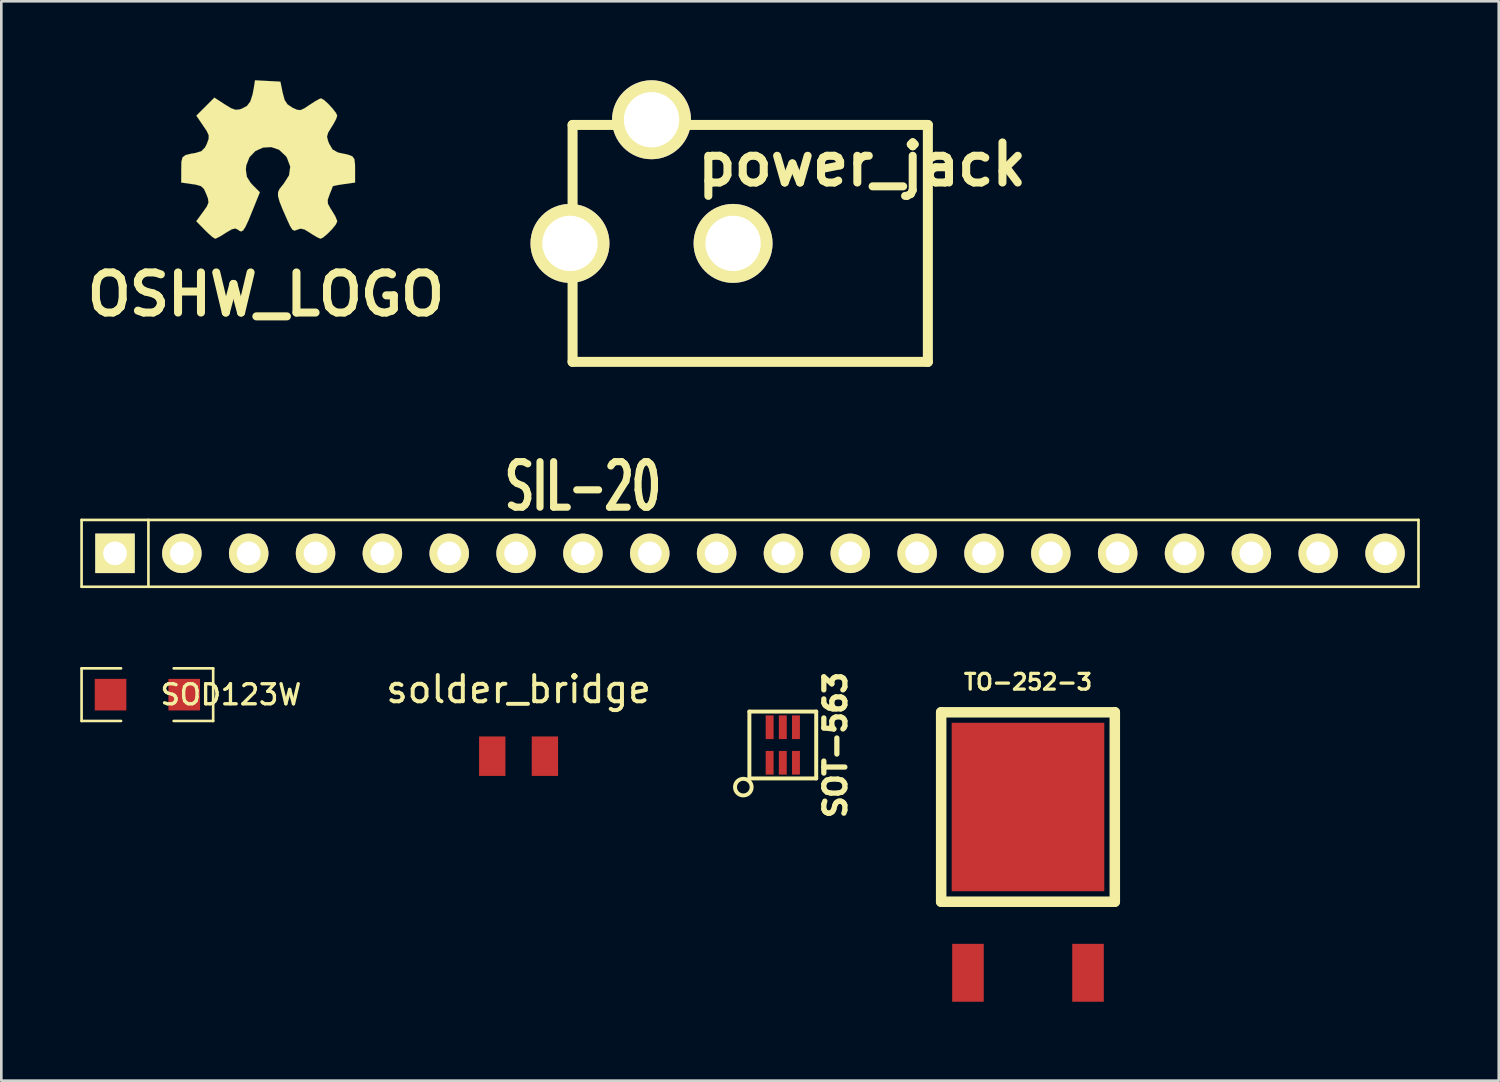
<source format=kicad_pcb>
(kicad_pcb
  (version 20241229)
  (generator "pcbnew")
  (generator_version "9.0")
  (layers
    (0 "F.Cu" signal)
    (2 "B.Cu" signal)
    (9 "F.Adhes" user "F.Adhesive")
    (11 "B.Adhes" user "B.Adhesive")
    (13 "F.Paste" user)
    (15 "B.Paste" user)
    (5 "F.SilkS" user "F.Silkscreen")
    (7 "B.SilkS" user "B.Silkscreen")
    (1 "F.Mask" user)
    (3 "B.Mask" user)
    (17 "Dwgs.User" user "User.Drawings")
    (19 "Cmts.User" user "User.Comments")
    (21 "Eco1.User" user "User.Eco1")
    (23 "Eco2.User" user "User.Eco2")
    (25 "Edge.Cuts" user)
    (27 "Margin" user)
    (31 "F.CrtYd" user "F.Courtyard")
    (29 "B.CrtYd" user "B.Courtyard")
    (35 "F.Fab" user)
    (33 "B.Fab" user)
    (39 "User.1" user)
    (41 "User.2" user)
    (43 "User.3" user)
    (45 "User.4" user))
  (footprint "OSHW_LOGO"
    (layer "F.Cu")
    (at 7.054 2.973)
    (property "Reference" "OSHW_LOGO" (at 0 5.164 0) (layer "F.SilkS") (effects (font (size 1.524 1.524) (thickness 0.305))))
    (attr through_hole)
    (fp_poly (pts (xy 3.388 0.914) (xy 2.964 0.973) (xy 2.723 1.011) (xy 2.57 1.044) (xy 2.54 1.057) (xy 2.512 1.14) (xy 2.438 1.323) (xy 2.418 1.374) (xy 2.349 1.57) (xy 2.355 1.714) (xy 2.449 1.89) (xy 2.502 1.971) (xy 2.631 2.184) (xy 2.703 2.355) (xy 2.71 2.393) (xy 2.652 2.515) (xy 2.51 2.69) (xy 2.332 2.87) (xy 2.169 3.005) (xy 2.075 3.048) (xy 1.966 3.002) (xy 1.775 2.891) (xy 1.684 2.83) (xy 1.466 2.697) (xy 1.316 2.664) (xy 1.194 2.705) (xy 1.087 2.743) (xy 1.006 2.705) (xy 0.917 2.563) (xy 0.815 2.342) (xy 0.632 1.925) (xy 0.516 1.633) (xy 0.46 1.427) (xy 0.462 1.28) (xy 0.518 1.156) (xy 0.625 1.021) (xy 0.663 0.978) (xy 0.879 0.64) (xy 0.925 0.307) (xy 0.8 -0.028) (xy 0.757 -0.091) (xy 0.5 -0.333) (xy 0.198 -0.434) (xy -0.114 -0.414) (xy -0.399 -0.284) (xy -0.622 -0.053) (xy -0.747 0.262) (xy -0.762 0.427) (xy -0.724 0.693) (xy -0.582 0.922) (xy -0.495 1.016) (xy -0.229 1.283) (xy -0.508 1.974) (xy -0.665 2.357) (xy -0.78 2.603) (xy -0.866 2.733) (xy -0.94 2.774) (xy -1.019 2.741) (xy -1.054 2.71) (xy -1.161 2.659) (xy -1.295 2.69) (xy -1.509 2.814) (xy -1.521 2.824) (xy -1.735 2.957) (xy -1.89 3.035) (xy -1.928 3.048) (xy -2.022 2.992) (xy -2.187 2.847) (xy -2.322 2.715) (xy -2.647 2.383) (xy -2.39 2.032) (xy -2.243 1.821) (xy -2.182 1.674) (xy -2.2 1.527) (xy -2.263 1.356) (xy -2.355 1.156) (xy -2.469 1.049) (xy -2.664 0.993) (xy -2.804 0.973) (xy -3.218 0.914) (xy -3.216 0.411) (xy -3.211 0.122) (xy -3.167 -0.046) (xy -3.051 -0.132) (xy -2.819 -0.188) (xy -2.687 -0.208) (xy -2.454 -0.277) (xy -2.314 -0.419) (xy -2.243 -0.561) (xy -2.177 -0.744) (xy -2.174 -0.881) (xy -2.243 -1.036) (xy -2.383 -1.245) (xy -2.644 -1.628) (xy -2.301 -1.971) (xy -1.958 -2.314) (xy -1.562 -2.057) (xy -1.321 -1.91) (xy -1.156 -1.852) (xy -1.006 -1.864) (xy -0.912 -1.895) (xy -0.719 -1.999) (xy -0.592 -2.167) (xy -0.505 -2.441) (xy -0.465 -2.649) (xy -0.414 -2.972) (xy 0.069 -2.946) (xy 0.551 -2.921) (xy 0.638 -2.497) (xy 0.711 -2.225) (xy 0.818 -2.06) (xy 0.993 -1.941) (xy 1.011 -1.93) (xy 1.184 -1.852) (xy 1.313 -1.839) (xy 1.46 -1.905) (xy 1.659 -2.037) (xy 1.877 -2.179) (xy 2.042 -2.268) (xy 2.095 -2.286) (xy 2.205 -2.225) (xy 2.367 -2.08) (xy 2.537 -1.895) (xy 2.667 -1.725) (xy 2.71 -1.626) (xy 2.667 -1.496) (xy 2.555 -1.29) (xy 2.494 -1.194) (xy 2.365 -0.983) (xy 2.322 -0.833) (xy 2.36 -0.673) (xy 2.4 -0.569) (xy 2.532 -0.345) (xy 2.725 -0.234) (xy 2.807 -0.213) (xy 3.109 -0.15) (xy 3.284 -0.084) (xy 3.363 0.025) (xy 3.386 0.216) (xy 3.388 0.422) (xy 3.388 0.914)) (stroke (width 0.003) (type solid)) (fill yes) (layer "F.SilkS")))
  (footprint "solder_bridge"
    (layer "F.Cu")
    (at 16.655 25.684)
    (property "Reference" "solder_bridge" (at 0 -2.54 0) (layer "F.SilkS") (effects (font (size 1 1) (thickness 0.15))))
    (attr through_hole)
    (pad "1" smd rect (at -1 0) (size 1 1.5) (layers "F.Cu" "F.Mask" "F.Paste"))
    (pad "2" smd rect (at 1 0) (size 1 1.5) (layers "F.Cu" "F.Mask" "F.Paste")))
  (footprint "power_jack"
    (layer "F.Cu")
    (at 18.707 10.697)
    (property "Reference" "power_jack" (at 11.001 -7.501 0) (layer "F.SilkS") (effects (font (size 1.524 1.524) (thickness 0.305))))
    (attr through_hole)
    (fp_line (start 0 -8.999) (end 13.5 -8.999) (stroke (width 0.381) (type solid)) (layer "F.SilkS"))
    (fp_line (start 0 0.003) (end 0 -8.999) (stroke (width 0.381) (type solid)) (layer "F.SilkS"))
    (fp_line (start 13.5 -8.999) (end 13.5 0.003) (stroke (width 0.381) (type solid)) (layer "F.SilkS"))
    (fp_line (start 13.5 0.003) (end 0 0.003) (stroke (width 0.381) (type solid)) (layer "F.SilkS"))
    (pad "1" thru_hole circle (at -0.099 -4.498) (size 3 3) (drill 2.101) (layers "*.Cu" "*.Mask" "F.SilkS"))
    (pad "2" thru_hole circle (at 3 -9.197) (size 3 3) (drill 2.101) (layers "*.Cu" "*.Mask" "F.SilkS"))
    (pad "2" thru_hole circle (at 6.099 -4.498) (size 3 3) (drill 2.101) (layers "*.Cu" "*.Mask" "F.SilkS")))
  (footprint "SOT-563"
    (layer "F.Cu")
    (at 26.695 25.259)
    (property "Reference" "SOT-563" (at 1.999 0 90) (layer "F.SilkS") (effects (font (size 0.8 0.8) (thickness 0.2))))
    (attr through_hole)
    (fp_line (start -1.27 -1.27) (end 1.27 -1.27) (stroke (width 0.15) (type solid)) (layer "F.SilkS"))
    (fp_line (start -1.27 1.27) (end -1.27 -1.27) (stroke (width 0.15) (type solid)) (layer "F.SilkS"))
    (fp_line (start 1.27 -1.27) (end 1.27 1.27) (stroke (width 0.15) (type solid)) (layer "F.SilkS"))
    (fp_line (start 1.27 1.27) (end -1.27 1.27) (stroke (width 0.15) (type solid)) (layer "F.SilkS"))
    (fp_circle (center -1.5 1.6) (end -1.4 1.9) (stroke (width 0.15) (type solid)) (fill no) (layer "F.SilkS"))
    (pad "1" smd rect (at -0.5 0.675) (size 0.3 0.9) (layers "F.Cu" "F.Mask" "F.Paste"))
    (pad "2" smd rect (at 0 0.675) (size 0.3 0.9) (layers "F.Cu" "F.Mask" "F.Paste"))
    (pad "3" smd rect (at 0.5 0.675) (size 0.3 0.9) (layers "F.Cu" "F.Mask" "F.Paste"))
    (pad "4" smd rect (at 0.5 -0.675) (size 0.3 0.9) (layers "F.Cu" "F.Mask" "F.Paste"))
    (pad "5" smd rect (at 0 -0.675) (size 0.3 0.9) (layers "F.Cu" "F.Mask" "F.Paste"))
    (pad "6" smd rect (at -0.5 -0.675) (size 0.3 0.9) (layers "F.Cu" "F.Mask" "F.Paste")))
  (footprint "SOD123W"
    (layer "F.Cu")
    (at 2.55 23.346)
    (property "Reference" "SOD123W" (at 3.175 0 0) (layer "F.SilkS") (effects (font (size 0.762 0.762) (thickness 0.127))))
    (attr smd)
    (fp_line (start -2.5 -1) (end -1 -1) (stroke (width 0.1) (type solid)) (layer "F.SilkS"))
    (fp_line (start -2.5 1) (end -2.5 -1) (stroke (width 0.1) (type solid)) (layer "F.SilkS"))
    (fp_line (start -1 1) (end -2.5 1) (stroke (width 0.1) (type solid)) (layer "F.SilkS"))
    (fp_line (start 1 1) (end 2.5 1) (stroke (width 0.1) (type solid)) (layer "F.SilkS"))
    (fp_line (start 2.5 -1) (end 1 -1) (stroke (width 0.1) (type solid)) (layer "F.SilkS"))
    (fp_line (start 2.5 1) (end 2.5 -1) (stroke (width 0.1) (type solid)) (layer "F.SilkS"))
    (pad "1" smd rect (at -1.4 0) (size 1.2 1.2) (layers "F.Cu" "F.Mask" "F.Paste"))
    (pad "2" smd rect (at 1.4 0) (size 1.2 1.2) (layers "F.Cu" "F.Mask" "F.Paste")))
  (footprint "SIL-20"
    (layer "F.Cu")
    (at 33.07 17.976)
    (property "Reference" "SIL-20" (at -13.97 -2.54 0) (layer "F.SilkS") (effects (font (size 1.73 1.087) (thickness 0.272))))
    (attr through_hole)
    (fp_line (start -33.02 -1.27) (end 17.78 -1.27) (stroke (width 0.1) (type solid)) (layer "F.SilkS"))
    (fp_line (start -33.02 1.27) (end -33.02 -1.27) (stroke (width 0.1) (type solid)) (layer "F.SilkS"))
    (fp_line (start -30.48 -1.27) (end -30.48 1.27) (stroke (width 0.1) (type solid)) (layer "F.SilkS"))
    (fp_line (start 17.78 -1.27) (end 17.78 1.27) (stroke (width 0.1) (type solid)) (layer "F.SilkS"))
    (fp_line (start 17.78 1.27) (end -33.02 1.27) (stroke (width 0.1) (type solid)) (layer "F.SilkS"))
    (pad "1" thru_hole rect (at -31.75 0) (size 1.5 1.5) (drill 0.9) (layers "*.Cu" "*.Mask" "F.SilkS"))
    (pad "2" thru_hole circle (at -29.21 0) (size 1.5 1.5) (drill 0.9) (layers "*.Cu" "*.Mask" "F.SilkS"))
    (pad "3" thru_hole circle (at -26.67 0) (size 1.5 1.5) (drill 0.9) (layers "*.Cu" "*.Mask" "F.SilkS"))
    (pad "4" thru_hole circle (at -24.13 0) (size 1.5 1.5) (drill 0.9) (layers "*.Cu" "*.Mask" "F.SilkS"))
    (pad "5" thru_hole circle (at -21.59 0) (size 1.5 1.5) (drill 0.9) (layers "*.Cu" "*.Mask" "F.SilkS"))
    (pad "6" thru_hole circle (at -19.05 0) (size 1.5 1.5) (drill 0.9) (layers "*.Cu" "*.Mask" "F.SilkS"))
    (pad "7" thru_hole circle (at -16.51 0) (size 1.5 1.5) (drill 0.9) (layers "*.Cu" "*.Mask" "F.SilkS"))
    (pad "8" thru_hole circle (at -13.97 0) (size 1.5 1.5) (drill 0.9) (layers "*.Cu" "*.Mask" "F.SilkS"))
    (pad "9" thru_hole circle (at -11.43 0) (size 1.5 1.5) (drill 0.9) (layers "*.Cu" "*.Mask" "F.SilkS"))
    (pad "10" thru_hole circle (at -8.89 0) (size 1.5 1.5) (drill 0.9) (layers "*.Cu" "*.Mask" "F.SilkS"))
    (pad "11" thru_hole circle (at -6.35 0) (size 1.5 1.5) (drill 0.9) (layers "*.Cu" "*.Mask" "F.SilkS"))
    (pad "12" thru_hole circle (at -3.81 0) (size 1.5 1.5) (drill 0.9) (layers "*.Cu" "*.Mask" "F.SilkS"))
    (pad "13" thru_hole circle (at -1.27 0) (size 1.5 1.5) (drill 0.9) (layers "*.Cu" "*.Mask" "F.SilkS"))
    (pad "14" thru_hole circle (at 1.27 0) (size 1.5 1.5) (drill 0.9) (layers "*.Cu" "*.Mask" "F.SilkS"))
    (pad "15" thru_hole circle (at 3.81 0) (size 1.5 1.5) (drill 0.9) (layers "*.Cu" "*.Mask" "F.SilkS"))
    (pad "16" thru_hole circle (at 6.35 0) (size 1.5 1.5) (drill 0.9) (layers "*.Cu" "*.Mask" "F.SilkS"))
    (pad "17" thru_hole circle (at 8.89 0) (size 1.5 1.5) (drill 0.9) (layers "*.Cu" "*.Mask" "F.SilkS"))
    (pad "18" thru_hole circle (at 11.43 0) (size 1.5 1.5) (drill 0.9) (layers "*.Cu" "*.Mask" "F.SilkS"))
    (pad "19" thru_hole circle (at 13.97 0) (size 1.5 1.5) (drill 0.9) (layers "*.Cu" "*.Mask" "F.SilkS"))
    (pad "20" thru_hole circle (at 16.51 0) (size 1.5 1.5) (drill 0.9) (layers "*.Cu" "*.Mask" "F.SilkS")))
  (footprint "TO-252-3"
    (layer "F.Cu")
    (at 36.012 27.615)
    (property "Reference" "TO-252-3" (at 0 -4.75 0) (layer "F.SilkS") (effects (font (size 0.599 0.599) (thickness 0.124))))
    (attr through_hole)
    (fp_line (start -3.299 -3.599) (end 3.299 -3.599) (stroke (width 0.399) (type solid)) (layer "F.SilkS"))
    (fp_line (start -3.299 3.599) (end -3.299 -3.599) (stroke (width 0.399) (type solid)) (layer "F.SilkS"))
    (fp_line (start 3.299 -3.599) (end 3.299 3.599) (stroke (width 0.399) (type solid)) (layer "F.SilkS"))
    (fp_line (start 3.299 3.599) (end -3.299 3.599) (stroke (width 0.399) (type solid)) (layer "F.SilkS"))
    (pad "1" smd rect (at 2.281 6.299) (size 1.199 2.2) (layers "F.Cu" "F.Mask" "F.Paste"))
    (pad "2" smd rect (at 0 0) (size 5.799 6.401) (layers "F.Cu" "F.Mask" "F.Paste"))
    (pad "3" smd rect (at -2.281 6.299) (size 1.199 2.2) (layers "F.Cu" "F.Mask" "F.Paste")))
  (gr_rect
    (start -3 -3)
    (end 53.9 38.014)
    (stroke (width 0.1) (type default))
    (fill no)
    (layer "Edge.Cuts")))
</source>
